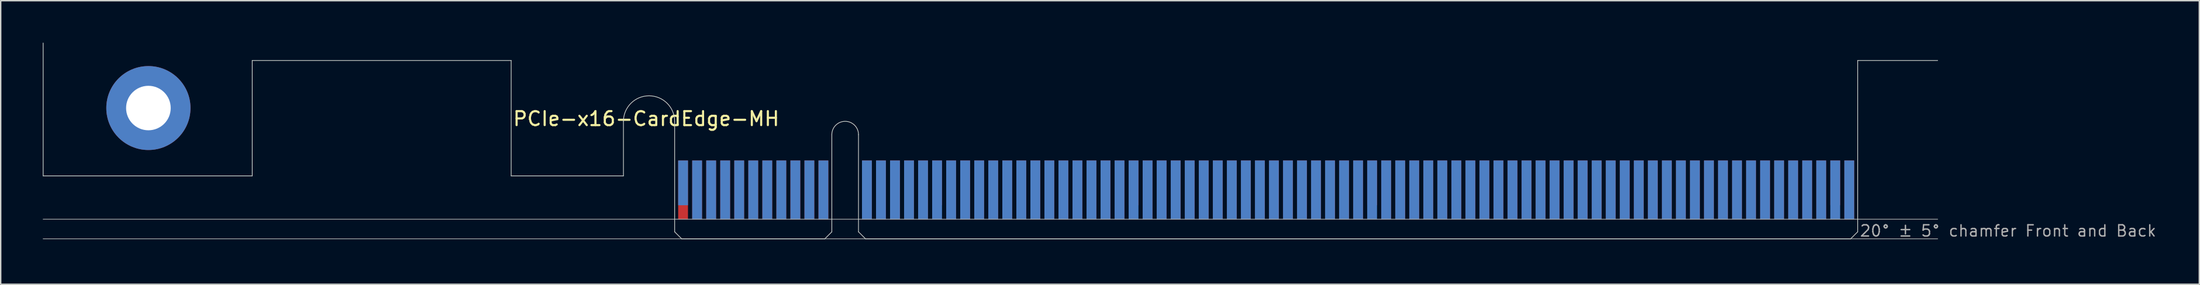
<source format=kicad_pcb>
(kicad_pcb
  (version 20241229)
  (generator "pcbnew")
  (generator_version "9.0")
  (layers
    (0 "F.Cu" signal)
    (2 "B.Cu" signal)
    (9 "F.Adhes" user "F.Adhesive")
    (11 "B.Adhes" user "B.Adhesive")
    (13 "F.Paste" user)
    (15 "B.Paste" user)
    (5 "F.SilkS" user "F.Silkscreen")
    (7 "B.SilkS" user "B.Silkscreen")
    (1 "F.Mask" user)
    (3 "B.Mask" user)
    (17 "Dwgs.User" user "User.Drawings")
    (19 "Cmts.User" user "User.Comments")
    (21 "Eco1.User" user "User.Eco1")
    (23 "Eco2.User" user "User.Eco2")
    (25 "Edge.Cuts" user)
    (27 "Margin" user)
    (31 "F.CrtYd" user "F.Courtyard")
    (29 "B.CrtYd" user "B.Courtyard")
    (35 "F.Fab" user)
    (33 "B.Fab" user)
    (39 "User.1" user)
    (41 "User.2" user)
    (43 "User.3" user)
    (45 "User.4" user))
  (footprint "PCIe-x16-CardEdge-MH"
    (layer "F.Cu")
    (at 45.025 14.025)
    (property "Reference" "PCIe-x16-CardEdge-MH" (at -11.6 -8 0) (layer "F.SilkS") (effects (font (size 1 1) (thickness 0.15)) (justify left bottom)))
    (attr exclude_from_pos_files exclude_from_bom)
    (fp_poly (pts (xy -3.65 -4.5) (xy -11.65 -4.5) (xy -11.65 -7.95) (xy -3.65 -7.95)) (stroke (width 0.1) (type solid)) (fill yes) (layer "F.Mask"))
    (fp_poly (pts (xy 11.2 -5.45) (xy 0 -5.45) (xy 0 0) (xy 11.2 0)) (stroke (width 0.1) (type solid)) (fill yes) (layer "F.Mask"))
    (fp_poly (pts (xy 84.3 -5.45) (xy 13.1 -5.45) (xy 13.1 0) (xy 84.3 0)) (stroke (width 0.1) (type solid)) (fill yes) (layer "F.Mask"))
    (fp_poly (pts (xy -3.65 -7.95) (xy -11.65 -7.95) (xy -11.65 -4.5) (xy -3.65 -4.5)) (stroke (width 0.1) (type solid)) (fill yes) (layer "B.Mask"))
    (fp_poly (pts (xy 11.2 0) (xy 0 0) (xy 0 -5.45) (xy 11.2 -5.45)) (stroke (width 0.1) (type solid)) (fill yes) (layer "B.Mask"))
    (fp_poly (pts (xy 84.3 -5.45) (xy 13.1 -5.45) (xy 13.1 0) (xy 84.3 0)) (stroke (width 0.1) (type solid)) (fill yes) (layer "B.Mask"))
    (fp_line (start -45 -4.5) (end -45 -14) (stroke (width 0.05) (type solid)) (layer "Edge.Cuts"))
    (fp_line (start -30.1 -12.75) (end -30.1 -4.5) (stroke (width 0.05) (type solid)) (layer "Edge.Cuts"))
    (fp_line (start -30.1 -4.5) (end -45 -4.5) (stroke (width 0.05) (type solid)) (layer "Edge.Cuts"))
    (fp_line (start -11.65 -12.75) (end -30.1 -12.75) (stroke (width 0.05) (type solid)) (layer "Edge.Cuts"))
    (fp_line (start -11.65 -4.5) (end -11.65 -12.75) (stroke (width 0.05) (type solid)) (layer "Edge.Cuts"))
    (fp_line (start -3.65 -4.5) (end -11.65 -4.5) (stroke (width 0.05) (type solid)) (layer "Edge.Cuts"))
    (fp_line (start -3.65 -4.5) (end -3.65 -8.4) (stroke (width 0.05) (type solid)) (layer "Edge.Cuts"))
    (fp_line (start 0 -0.5) (end 0 -8.4) (stroke (width 0.05) (type solid)) (layer "Edge.Cuts"))
    (fp_line (start 0.5 0) (end 0 -0.5) (stroke (width 0.05) (type solid)) (layer "Edge.Cuts"))
    (fp_line (start 0.5 0) (end 10.7 0) (stroke (width 0.05) (type solid)) (layer "Edge.Cuts"))
    (fp_line (start 10.7 0) (end 11.2 -0.5) (stroke (width 0.05) (type solid)) (layer "Edge.Cuts"))
    (fp_line (start 11.2 -0.5) (end 11.2 -7.45) (stroke (width 0.05) (type solid)) (layer "Edge.Cuts"))
    (fp_line (start 13.1 -0.5) (end 13.1 -7.45) (stroke (width 0.05) (type solid)) (layer "Edge.Cuts"))
    (fp_line (start 13.6 0) (end 13.1 -0.5) (stroke (width 0.05) (type solid)) (layer "Edge.Cuts"))
    (fp_line (start 83.8 0) (end 13.6 0) (stroke (width 0.05) (type solid)) (layer "Edge.Cuts"))
    (fp_line (start 83.8 0) (end 84.3 -0.5) (stroke (width 0.05) (type solid)) (layer "Edge.Cuts"))
    (fp_line (start 84.3 -12.75) (end 90 -12.75) (stroke (width 0.05) (type solid)) (layer "Edge.Cuts"))
    (fp_line (start 84.3 -0.5) (end 84.3 -12.75) (stroke (width 0.05) (type solid)) (layer "Edge.Cuts"))
    (fp_arc (start -3.65 -8.4) (mid -1.825 -10.225) (end 0 -8.4) (stroke (width 0.05) (type solid)) (layer "Edge.Cuts"))
    (fp_arc (start 11.2 -7.45) (mid 12.15 -8.4) (end 13.1 -7.45) (stroke (width 0.05) (type solid)) (layer "Edge.Cuts"))
    (fp_line (start -45 -1.4) (end 90 -1.4) (stroke (width 0.05) (type solid)) (layer "F.Fab"))
    (fp_line (start -45 0) (end 90 0) (stroke (width 0.05) (type solid)) (layer "F.Fab"))
    (fp_text user "20° ± 5° chamfer Front and Back" (at 84.4 -0.1 0) (layer "F.Fab") (effects (font (size 0.8 0.8) (thickness 0.1)) (justify left bottom)))
    (pad "A1" smd rect (at 0.6 -4) (size 0.7 3.2) (layers "B.Cu"))
    (pad "A2" smd rect (at 1.6 -3.5) (size 0.7 4.2) (layers "B.Cu"))
    (pad "A3" smd rect (at 2.6 -3.5) (size 0.7 4.2) (layers "B.Cu"))
    (pad "A4" smd rect (at 3.6 -3.5) (size 0.7 4.2) (layers "B.Cu"))
    (pad "A5" smd rect (at 4.6 -3.5) (size 0.7 4.2) (layers "B.Cu"))
    (pad "A6" smd rect (at 5.6 -3.5) (size 0.7 4.2) (layers "B.Cu"))
    (pad "A7" smd rect (at 6.6 -3.5) (size 0.7 4.2) (layers "B.Cu"))
    (pad "A8" smd rect (at 7.6 -3.5) (size 0.7 4.2) (layers "B.Cu"))
    (pad "A9" smd rect (at 8.6 -3.5) (size 0.7 4.2) (layers "B.Cu"))
    (pad "A10" smd rect (at 9.6 -3.5) (size 0.7 4.2) (layers "B.Cu"))
    (pad "A11" smd rect (at 10.6 -3.5) (size 0.7 4.2) (layers "B.Cu"))
    (pad "A12" smd rect (at 13.7 -3.5) (size 0.7 4.2) (layers "B.Cu"))
    (pad "A13" smd rect (at 14.7 -3.5) (size 0.7 4.2) (layers "B.Cu"))
    (pad "A14" smd rect (at 15.7 -3.5) (size 0.7 4.2) (layers "B.Cu"))
    (pad "A15" smd rect (at 16.7 -3.5) (size 0.7 4.2) (layers "B.Cu"))
    (pad "A16" smd rect (at 17.7 -3.5) (size 0.7 4.2) (layers "B.Cu"))
    (pad "A17" smd rect (at 18.7 -3.5) (size 0.7 4.2) (layers "B.Cu"))
    (pad "A18" smd rect (at 19.7 -3.5) (size 0.7 4.2) (layers "B.Cu"))
    (pad "A19" smd rect (at 20.7 -3.5) (size 0.7 4.2) (layers "B.Cu"))
    (pad "A20" smd rect (at 21.7 -3.5) (size 0.7 4.2) (layers "B.Cu"))
    (pad "A21" smd rect (at 22.7 -3.5) (size 0.7 4.2) (layers "B.Cu"))
    (pad "A22" smd rect (at 23.7 -3.5) (size 0.7 4.2) (layers "B.Cu"))
    (pad "A23" smd rect (at 24.7 -3.5) (size 0.7 4.2) (layers "B.Cu"))
    (pad "A24" smd rect (at 25.7 -3.5) (size 0.7 4.2) (layers "B.Cu"))
    (pad "A25" smd rect (at 26.7 -3.5) (size 0.7 4.2) (layers "B.Cu"))
    (pad "A26" smd rect (at 27.7 -3.5) (size 0.7 4.2) (layers "B.Cu"))
    (pad "A27" smd rect (at 28.7 -3.5) (size 0.7 4.2) (layers "B.Cu"))
    (pad "A28" smd rect (at 29.7 -3.5) (size 0.7 4.2) (layers "B.Cu"))
    (pad "A29" smd rect (at 30.7 -3.5) (size 0.7 4.2) (layers "B.Cu"))
    (pad "A30" smd rect (at 31.7 -3.5) (size 0.7 4.2) (layers "B.Cu"))
    (pad "A31" smd rect (at 32.7 -3.5) (size 0.7 4.2) (layers "B.Cu"))
    (pad "A32" smd rect (at 33.7 -3.5) (size 0.7 4.2) (layers "B.Cu"))
    (pad "A33" smd rect (at 34.7 -3.5) (size 0.7 4.2) (layers "B.Cu"))
    (pad "A34" smd rect (at 35.7 -3.5) (size 0.7 4.2) (layers "B.Cu"))
    (pad "A35" smd rect (at 36.7 -3.5) (size 0.7 4.2) (layers "B.Cu"))
    (pad "A36" smd rect (at 37.7 -3.5) (size 0.7 4.2) (layers "B.Cu"))
    (pad "A37" smd rect (at 38.7 -3.5) (size 0.7 4.2) (layers "B.Cu"))
    (pad "A38" smd rect (at 39.7 -3.5) (size 0.7 4.2) (layers "B.Cu"))
    (pad "A39" smd rect (at 40.7 -3.5) (size 0.7 4.2) (layers "B.Cu"))
    (pad "A40" smd rect (at 41.7 -3.5) (size 0.7 4.2) (layers "B.Cu"))
    (pad "A41" smd rect (at 42.7 -3.5) (size 0.7 4.2) (layers "B.Cu"))
    (pad "A42" smd rect (at 43.7 -3.5) (size 0.7 4.2) (layers "B.Cu"))
    (pad "A43" smd rect (at 44.7 -3.5) (size 0.7 4.2) (layers "B.Cu"))
    (pad "A44" smd rect (at 45.7 -3.5) (size 0.7 4.2) (layers "B.Cu"))
    (pad "A45" smd rect (at 46.7 -3.5) (size 0.7 4.2) (layers "B.Cu"))
    (pad "A46" smd rect (at 47.7 -3.5) (size 0.7 4.2) (layers "B.Cu"))
    (pad "A47" smd rect (at 48.7 -3.5) (size 0.7 4.2) (layers "B.Cu"))
    (pad "A48" smd rect (at 49.7 -3.5) (size 0.7 4.2) (layers "B.Cu"))
    (pad "A49" smd rect (at 50.7 -3.5) (size 0.7 4.2) (layers "B.Cu"))
    (pad "A50" smd rect (at 51.7 -3.5) (size 0.7 4.2) (layers "B.Cu"))
    (pad "A51" smd rect (at 52.7 -3.5) (size 0.7 4.2) (layers "B.Cu"))
    (pad "A52" smd rect (at 53.7 -3.5) (size 0.7 4.2) (layers "B.Cu"))
    (pad "A53" smd rect (at 54.7 -3.5) (size 0.7 4.2) (layers "B.Cu"))
    (pad "A54" smd rect (at 55.7 -3.5) (size 0.7 4.2) (layers "B.Cu"))
    (pad "A55" smd rect (at 56.7 -3.5) (size 0.7 4.2) (layers "B.Cu"))
    (pad "A56" smd rect (at 57.7 -3.5) (size 0.7 4.2) (layers "B.Cu"))
    (pad "A57" smd rect (at 58.7 -3.5) (size 0.7 4.2) (layers "B.Cu"))
    (pad "A58" smd rect (at 59.7 -3.5) (size 0.7 4.2) (layers "B.Cu"))
    (pad "A59" smd rect (at 60.7 -3.5) (size 0.7 4.2) (layers "B.Cu"))
    (pad "A60" smd rect (at 61.7 -3.5) (size 0.7 4.2) (layers "B.Cu"))
    (pad "A61" smd rect (at 62.7 -3.5) (size 0.7 4.2) (layers "B.Cu"))
    (pad "A62" smd rect (at 63.7 -3.5) (size 0.7 4.2) (layers "B.Cu"))
    (pad "A63" smd rect (at 64.7 -3.5) (size 0.7 4.2) (layers "B.Cu"))
    (pad "A64" smd rect (at 65.7 -3.5) (size 0.7 4.2) (layers "B.Cu"))
    (pad "A65" smd rect (at 66.7 -3.5) (size 0.7 4.2) (layers "B.Cu"))
    (pad "A66" smd rect (at 67.7 -3.5) (size 0.7 4.2) (layers "B.Cu"))
    (pad "A67" smd rect (at 68.7 -3.5) (size 0.7 4.2) (layers "B.Cu"))
    (pad "A68" smd rect (at 69.7 -3.5) (size 0.7 4.2) (layers "B.Cu"))
    (pad "A69" smd rect (at 70.7 -3.5) (size 0.7 4.2) (layers "B.Cu"))
    (pad "A70" smd rect (at 71.7 -3.5) (size 0.7 4.2) (layers "B.Cu"))
    (pad "A71" smd rect (at 72.7 -3.5) (size 0.7 4.2) (layers "B.Cu"))
    (pad "A72" smd rect (at 73.7 -3.5) (size 0.7 4.2) (layers "B.Cu"))
    (pad "A73" smd rect (at 74.7 -3.5) (size 0.7 4.2) (layers "B.Cu"))
    (pad "A74" smd rect (at 75.7 -3.5) (size 0.7 4.2) (layers "B.Cu"))
    (pad "A75" smd rect (at 76.7 -3.5) (size 0.7 4.2) (layers "B.Cu"))
    (pad "A76" smd rect (at 77.7 -3.5) (size 0.7 4.2) (layers "B.Cu"))
    (pad "A77" smd rect (at 78.7 -3.5) (size 0.7 4.2) (layers "B.Cu"))
    (pad "A78" smd rect (at 79.7 -3.5) (size 0.7 4.2) (layers "B.Cu"))
    (pad "A79" smd rect (at 80.7 -3.5) (size 0.7 4.2) (layers "B.Cu"))
    (pad "A80" smd rect (at 81.7 -3.5) (size 0.7 4.2) (layers "B.Cu"))
    (pad "A81" smd rect (at 82.7 -3.5) (size 0.7 4.2) (layers "B.Cu"))
    (pad "A82" smd rect (at 83.7 -3.5) (size 0.7 4.2) (layers "B.Cu"))
    (pad "B1" smd rect (at 0.6 -3.5) (size 0.7 4.2) (layers "F.Cu"))
    (pad "B2" smd rect (at 1.6 -3.5) (size 0.7 4.2) (layers "F.Cu"))
    (pad "B3" smd rect (at 2.6 -3.5) (size 0.7 4.2) (layers "F.Cu"))
    (pad "B4" smd rect (at 3.6 -3.5) (size 0.7 4.2) (layers "F.Cu"))
    (pad "B5" smd rect (at 4.6 -3.5) (size 0.7 4.2) (layers "F.Cu"))
    (pad "B6" smd rect (at 5.6 -3.5) (size 0.7 4.2) (layers "F.Cu"))
    (pad "B7" smd rect (at 6.6 -3.5) (size 0.7 4.2) (layers "F.Cu"))
    (pad "B8" smd rect (at 7.6 -3.5) (size 0.7 4.2) (layers "F.Cu"))
    (pad "B9" smd rect (at 8.6 -3.5) (size 0.7 4.2) (layers "F.Cu"))
    (pad "B10" smd rect (at 9.6 -3.5) (size 0.7 4.2) (layers "F.Cu"))
    (pad "B11" smd rect (at 10.6 -3.5) (size 0.7 4.2) (layers "F.Cu"))
    (pad "B12" smd rect (at 13.7 -3.5) (size 0.7 4.2) (layers "F.Cu"))
    (pad "B13" smd rect (at 14.7 -3.5) (size 0.7 4.2) (layers "F.Cu"))
    (pad "B14" smd rect (at 15.7 -3.5) (size 0.7 4.2) (layers "F.Cu"))
    (pad "B15" smd rect (at 16.7 -3.5) (size 0.7 4.2) (layers "F.Cu"))
    (pad "B16" smd rect (at 17.7 -3.5) (size 0.7 4.2) (layers "F.Cu"))
    (pad "B17" smd rect (at 18.7 -4) (size 0.7 3.2) (layers "F.Cu"))
    (pad "B18" smd rect (at 19.7 -3.5) (size 0.7 4.2) (layers "F.Cu"))
    (pad "B19" smd rect (at 20.7 -3.5) (size 0.7 4.2) (layers "F.Cu"))
    (pad "B20" smd rect (at 21.7 -3.5) (size 0.7 4.2) (layers "F.Cu"))
    (pad "B21" smd rect (at 22.7 -3.5) (size 0.7 4.2) (layers "F.Cu"))
    (pad "B22" smd rect (at 23.7 -3.5) (size 0.7 4.2) (layers "F.Cu"))
    (pad "B23" smd rect (at 24.7 -3.5) (size 0.7 4.2) (layers "F.Cu"))
    (pad "B24" smd rect (at 25.7 -3.5) (size 0.7 4.2) (layers "F.Cu"))
    (pad "B25" smd rect (at 26.7 -3.5) (size 0.7 4.2) (layers "F.Cu"))
    (pad "B26" smd rect (at 27.7 -3.5) (size 0.7 4.2) (layers "F.Cu"))
    (pad "B27" smd rect (at 28.7 -3.5) (size 0.7 4.2) (layers "F.Cu"))
    (pad "B28" smd rect (at 29.7 -3.5) (size 0.7 4.2) (layers "F.Cu"))
    (pad "B29" smd rect (at 30.7 -3.5) (size 0.7 4.2) (layers "F.Cu"))
    (pad "B30" smd rect (at 31.7 -3.5) (size 0.7 4.2) (layers "F.Cu"))
    (pad "B31" smd rect (at 32.7 -4) (size 0.7 3.2) (layers "F.Cu"))
    (pad "B32" smd rect (at 33.7 -3.5) (size 0.7 4.2) (layers "F.Cu"))
    (pad "B33" smd rect (at 34.7 -3.5) (size 0.7 4.2) (layers "F.Cu"))
    (pad "B34" smd rect (at 35.7 -3.5) (size 0.7 4.2) (layers "F.Cu"))
    (pad "B35" smd rect (at 36.7 -3.5) (size 0.7 4.2) (layers "F.Cu"))
    (pad "B36" smd rect (at 37.7 -3.5) (size 0.7 4.2) (layers "F.Cu"))
    (pad "B37" smd rect (at 38.7 -3.5) (size 0.7 4.2) (layers "F.Cu"))
    (pad "B38" smd rect (at 39.7 -3.5) (size 0.7 4.2) (layers "F.Cu"))
    (pad "B39" smd rect (at 40.7 -3.5) (size 0.7 4.2) (layers "F.Cu"))
    (pad "B40" smd rect (at 41.7 -3.5) (size 0.7 4.2) (layers "F.Cu"))
    (pad "B41" smd rect (at 42.7 -3.5) (size 0.7 4.2) (layers "F.Cu"))
    (pad "B42" smd rect (at 43.7 -3.5) (size 0.7 4.2) (layers "F.Cu"))
    (pad "B43" smd rect (at 44.7 -3.5) (size 0.7 4.2) (layers "F.Cu"))
    (pad "B44" smd rect (at 45.7 -3.5) (size 0.7 4.2) (layers "F.Cu"))
    (pad "B45" smd rect (at 46.7 -3.5) (size 0.7 4.2) (layers "F.Cu"))
    (pad "B46" smd rect (at 47.7 -3.5) (size 0.7 4.2) (layers "F.Cu"))
    (pad "B47" smd rect (at 48.7 -3.5) (size 0.7 4.2) (layers "F.Cu"))
    (pad "B48" smd rect (at 49.7 -4) (size 0.7 3.2) (layers "F.Cu"))
    (pad "B49" smd rect (at 50.7 -3.5) (size 0.7 4.2) (layers "F.Cu"))
    (pad "B50" smd rect (at 51.7 -3.5) (size 0.7 4.2) (layers "F.Cu"))
    (pad "B51" smd rect (at 52.7 -3.5) (size 0.7 4.2) (layers "F.Cu"))
    (pad "B52" smd rect (at 53.7 -3.5) (size 0.7 4.2) (layers "F.Cu"))
    (pad "B53" smd rect (at 54.7 -3.5) (size 0.7 4.2) (layers "F.Cu"))
    (pad "B54" smd rect (at 55.7 -3.5) (size 0.7 4.2) (layers "F.Cu"))
    (pad "B55" smd rect (at 56.7 -3.5) (size 0.7 4.2) (layers "F.Cu"))
    (pad "B56" smd rect (at 57.7 -3.5) (size 0.7 4.2) (layers "F.Cu"))
    (pad "B57" smd rect (at 58.7 -3.5) (size 0.7 4.2) (layers "F.Cu"))
    (pad "B58" smd rect (at 59.7 -3.5) (size 0.7 4.2) (layers "F.Cu"))
    (pad "B59" smd rect (at 60.7 -3.5) (size 0.7 4.2) (layers "F.Cu"))
    (pad "B60" smd rect (at 61.7 -3.5) (size 0.7 4.2) (layers "F.Cu"))
    (pad "B61" smd rect (at 62.7 -3.5) (size 0.7 4.2) (layers "F.Cu"))
    (pad "B62" smd rect (at 63.7 -3.5) (size 0.7 4.2) (layers "F.Cu"))
    (pad "B63" smd rect (at 64.7 -3.5) (size 0.7 4.2) (layers "F.Cu"))
    (pad "B64" smd rect (at 65.7 -3.5) (size 0.7 4.2) (layers "F.Cu"))
    (pad "B65" smd rect (at 66.7 -3.5) (size 0.7 4.2) (layers "F.Cu"))
    (pad "B66" smd rect (at 67.7 -3.5) (size 0.7 4.2) (layers "F.Cu"))
    (pad "B67" smd rect (at 68.7 -3.5) (size 0.7 4.2) (layers "F.Cu"))
    (pad "B68" smd rect (at 69.7 -3.5) (size 0.7 4.2) (layers "F.Cu"))
    (pad "B69" smd rect (at 70.7 -3.5) (size 0.7 4.2) (layers "F.Cu"))
    (pad "B70" smd rect (at 71.7 -3.5) (size 0.7 4.2) (layers "F.Cu"))
    (pad "B71" smd rect (at 72.7 -3.5) (size 0.7 4.2) (layers "F.Cu"))
    (pad "B72" smd rect (at 73.7 -3.5) (size 0.7 4.2) (layers "F.Cu"))
    (pad "B73" smd rect (at 74.7 -3.5) (size 0.7 4.2) (layers "F.Cu"))
    (pad "B74" smd rect (at 75.7 -3.5) (size 0.7 4.2) (layers "F.Cu"))
    (pad "B75" smd rect (at 76.7 -3.5) (size 0.7 4.2) (layers "F.Cu"))
    (pad "B76" smd rect (at 77.7 -3.5) (size 0.7 4.2) (layers "F.Cu"))
    (pad "B77" smd rect (at 78.7 -3.5) (size 0.7 4.2) (layers "F.Cu"))
    (pad "B78" smd rect (at 79.7 -3.5) (size 0.7 4.2) (layers "F.Cu"))
    (pad "B79" smd rect (at 80.7 -3.5) (size 0.7 4.2) (layers "F.Cu"))
    (pad "B80" smd rect (at 81.7 -3.5) (size 0.7 4.2) (layers "F.Cu"))
    (pad "B81" smd rect (at 82.7 -4) (size 0.7 3.2) (layers "F.Cu"))
    (pad "B82" smd rect (at 83.7 -3.5) (size 0.7 4.2) (layers "F.Cu"))
    (pad "GND" thru_hole circle (at -37.5 -9.35) (size 6 6) (drill 3.18) (layers "*.Cu" "*.Mask")))
  (gr_rect
    (start -3 -3)
    (end 153.67 17.275)
    (stroke (width 0.1) (type default))
    (fill no)
    (layer "Edge.Cuts")))
</source>
